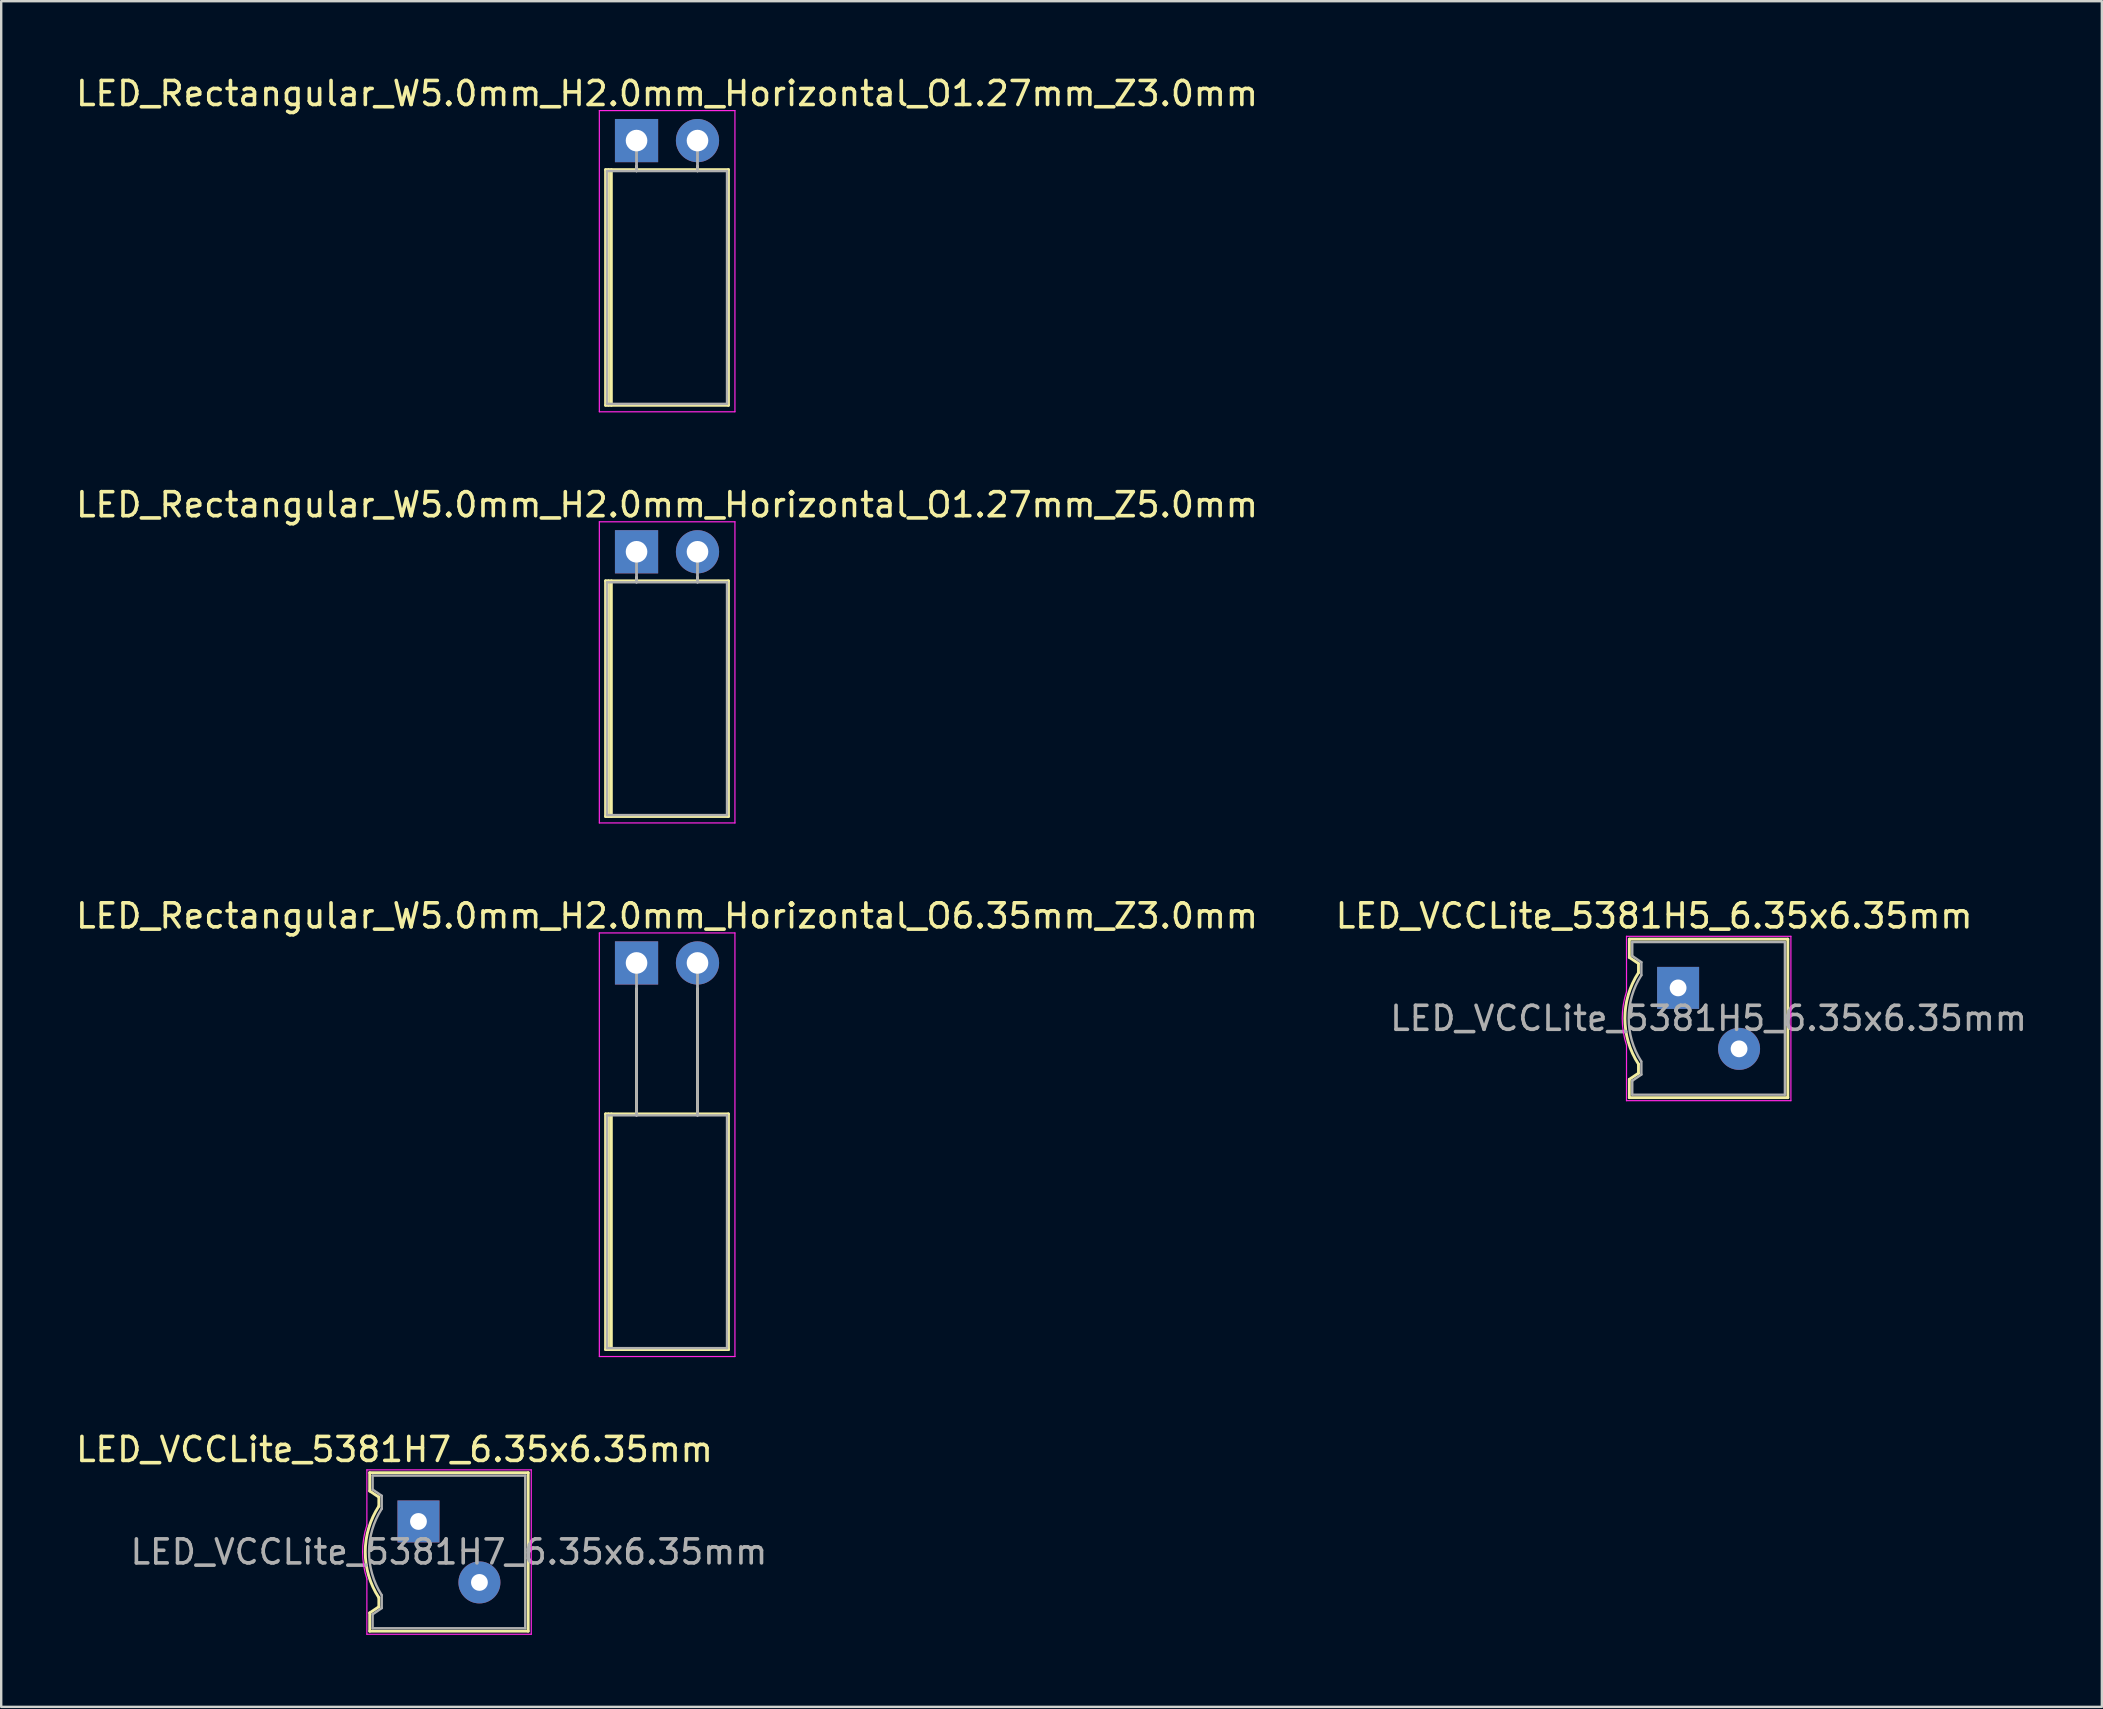
<source format=kicad_pcb>
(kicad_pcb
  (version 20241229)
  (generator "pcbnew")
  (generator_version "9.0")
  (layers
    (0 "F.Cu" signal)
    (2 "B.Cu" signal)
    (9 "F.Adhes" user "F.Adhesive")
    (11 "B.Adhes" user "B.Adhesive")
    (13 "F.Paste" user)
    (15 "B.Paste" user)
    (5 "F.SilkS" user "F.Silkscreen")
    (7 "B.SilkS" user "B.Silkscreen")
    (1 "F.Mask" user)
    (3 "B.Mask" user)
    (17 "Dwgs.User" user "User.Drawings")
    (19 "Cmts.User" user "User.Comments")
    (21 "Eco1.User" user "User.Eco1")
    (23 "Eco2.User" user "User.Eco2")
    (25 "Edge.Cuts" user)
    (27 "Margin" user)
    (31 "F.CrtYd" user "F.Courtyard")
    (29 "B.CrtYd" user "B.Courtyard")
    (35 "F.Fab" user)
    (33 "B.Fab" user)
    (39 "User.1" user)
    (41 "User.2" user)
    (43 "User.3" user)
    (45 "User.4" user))
  (footprint "LED_Rectangular_W5.0mm_H2.0mm_Horizontal_O1.27mm_Z3.0mm"
    (layer "F.Cu")
    (at 23.474 2.808)
    (property "Reference" "LED_Rectangular_W5.0mm_H2.0mm_Horizontal_O1.27mm_Z3.0mm" (at 1.27 -1.96 0) (layer "F.SilkS") (effects (font (size 1 1) (thickness 0.15))))
    (attr through_hole)
    (fp_line (start -1.29 1.21) (end -1.29 11.03) (stroke (width 0.12) (type solid)) (layer "F.SilkS"))
    (fp_line (start -1.29 11.03) (end 3.83 11.03) (stroke (width 0.12) (type solid)) (layer "F.SilkS"))
    (fp_line (start -1.17 1.21) (end -1.17 11.03) (stroke (width 0.12) (type solid)) (layer "F.SilkS"))
    (fp_line (start -1.05 1.21) (end -1.05 11.03) (stroke (width 0.12) (type solid)) (layer "F.SilkS"))
    (fp_line (start 0 1.08) (end 0 1.08) (stroke (width 0.12) (type solid)) (layer "F.SilkS"))
    (fp_line (start 0 1.08) (end 0 1.21) (stroke (width 0.12) (type solid)) (layer "F.SilkS"))
    (fp_line (start 0 1.21) (end 0 1.08) (stroke (width 0.12) (type solid)) (layer "F.SilkS"))
    (fp_line (start 0 1.21) (end 0 1.21) (stroke (width 0.12) (type solid)) (layer "F.SilkS"))
    (fp_line (start 2.54 1.08) (end 2.54 1.08) (stroke (width 0.12) (type solid)) (layer "F.SilkS"))
    (fp_line (start 2.54 1.08) (end 2.54 1.21) (stroke (width 0.12) (type solid)) (layer "F.SilkS"))
    (fp_line (start 2.54 1.21) (end 2.54 1.08) (stroke (width 0.12) (type solid)) (layer "F.SilkS"))
    (fp_line (start 2.54 1.21) (end 2.54 1.21) (stroke (width 0.12) (type solid)) (layer "F.SilkS"))
    (fp_line (start 3.83 1.21) (end -1.29 1.21) (stroke (width 0.12) (type solid)) (layer "F.SilkS"))
    (fp_line (start 3.83 11.03) (end 3.83 1.21) (stroke (width 0.12) (type solid)) (layer "F.SilkS"))
    (fp_line (start -1.55 -1.25) (end -1.55 11.3) (stroke (width 0.05) (type solid)) (layer "F.CrtYd"))
    (fp_line (start -1.55 11.3) (end 4.1 11.3) (stroke (width 0.05) (type solid)) (layer "F.CrtYd"))
    (fp_line (start 4.1 -1.25) (end -1.55 -1.25) (stroke (width 0.05) (type solid)) (layer "F.CrtYd"))
    (fp_line (start 4.1 11.3) (end 4.1 -1.25) (stroke (width 0.05) (type solid)) (layer "F.CrtYd"))
    (fp_line (start -1.23 1.27) (end -1.23 10.97) (stroke (width 0.1) (type solid)) (layer "F.Fab"))
    (fp_line (start -1.23 10.97) (end 3.77 10.97) (stroke (width 0.1) (type solid)) (layer "F.Fab"))
    (fp_line (start 0 0) (end 0 0) (stroke (width 0.1) (type solid)) (layer "F.Fab"))
    (fp_line (start 0 0) (end 0 1.27) (stroke (width 0.1) (type solid)) (layer "F.Fab"))
    (fp_line (start 0 1.27) (end 0 0) (stroke (width 0.1) (type solid)) (layer "F.Fab"))
    (fp_line (start 0 1.27) (end 0 1.27) (stroke (width 0.1) (type solid)) (layer "F.Fab"))
    (fp_line (start 2.54 0) (end 2.54 0) (stroke (width 0.1) (type solid)) (layer "F.Fab"))
    (fp_line (start 2.54 0) (end 2.54 1.27) (stroke (width 0.1) (type solid)) (layer "F.Fab"))
    (fp_line (start 2.54 1.27) (end 2.54 0) (stroke (width 0.1) (type solid)) (layer "F.Fab"))
    (fp_line (start 2.54 1.27) (end 2.54 1.27) (stroke (width 0.1) (type solid)) (layer "F.Fab"))
    (fp_line (start 3.77 1.27) (end -1.23 1.27) (stroke (width 0.1) (type solid)) (layer "F.Fab"))
    (fp_line (start 3.77 10.97) (end 3.77 1.27) (stroke (width 0.1) (type solid)) (layer "F.Fab"))
    (pad "1" thru_hole rect (at 0 0) (size 1.8 1.8) (drill 0.9) (layers "*.Cu" "*.Mask"))
    (pad "2" thru_hole circle (at 2.54 0) (size 1.8 1.8) (drill 0.9) (layers "*.Cu" "*.Mask")))
  (footprint "LED_Rectangular_W5.0mm_H2.0mm_Horizontal_O6.35mm_Z3.0mm"
    (layer "F.Cu")
    (at 23.474 37.075)
    (property "Reference" "LED_Rectangular_W5.0mm_H2.0mm_Horizontal_O6.35mm_Z3.0mm" (at 1.27 -1.96 0) (layer "F.SilkS") (effects (font (size 1 1) (thickness 0.15))))
    (attr through_hole)
    (fp_line (start -1.29 6.29) (end -1.29 16.11) (stroke (width 0.12) (type solid)) (layer "F.SilkS"))
    (fp_line (start -1.29 16.11) (end 3.83 16.11) (stroke (width 0.12) (type solid)) (layer "F.SilkS"))
    (fp_line (start -1.17 6.29) (end -1.17 16.11) (stroke (width 0.12) (type solid)) (layer "F.SilkS"))
    (fp_line (start -1.05 6.29) (end -1.05 16.11) (stroke (width 0.12) (type solid)) (layer "F.SilkS"))
    (fp_line (start 0 1.08) (end 0 1.08) (stroke (width 0.12) (type solid)) (layer "F.SilkS"))
    (fp_line (start 0 1.08) (end 0 6.29) (stroke (width 0.12) (type solid)) (layer "F.SilkS"))
    (fp_line (start 0 6.29) (end 0 1.08) (stroke (width 0.12) (type solid)) (layer "F.SilkS"))
    (fp_line (start 0 6.29) (end 0 6.29) (stroke (width 0.12) (type solid)) (layer "F.SilkS"))
    (fp_line (start 2.54 1.08) (end 2.54 1.08) (stroke (width 0.12) (type solid)) (layer "F.SilkS"))
    (fp_line (start 2.54 1.08) (end 2.54 6.29) (stroke (width 0.12) (type solid)) (layer "F.SilkS"))
    (fp_line (start 2.54 6.29) (end 2.54 1.08) (stroke (width 0.12) (type solid)) (layer "F.SilkS"))
    (fp_line (start 2.54 6.29) (end 2.54 6.29) (stroke (width 0.12) (type solid)) (layer "F.SilkS"))
    (fp_line (start 3.83 6.29) (end -1.29 6.29) (stroke (width 0.12) (type solid)) (layer "F.SilkS"))
    (fp_line (start 3.83 16.11) (end 3.83 6.29) (stroke (width 0.12) (type solid)) (layer "F.SilkS"))
    (fp_line (start -1.55 -1.25) (end -1.55 16.4) (stroke (width 0.05) (type solid)) (layer "F.CrtYd"))
    (fp_line (start -1.55 16.4) (end 4.1 16.4) (stroke (width 0.05) (type solid)) (layer "F.CrtYd"))
    (fp_line (start 4.1 -1.25) (end -1.55 -1.25) (stroke (width 0.05) (type solid)) (layer "F.CrtYd"))
    (fp_line (start 4.1 16.4) (end 4.1 -1.25) (stroke (width 0.05) (type solid)) (layer "F.CrtYd"))
    (fp_line (start -1.23 6.35) (end -1.23 16.05) (stroke (width 0.1) (type solid)) (layer "F.Fab"))
    (fp_line (start -1.23 16.05) (end 3.77 16.05) (stroke (width 0.1) (type solid)) (layer "F.Fab"))
    (fp_line (start 0 0) (end 0 0) (stroke (width 0.1) (type solid)) (layer "F.Fab"))
    (fp_line (start 0 0) (end 0 6.35) (stroke (width 0.1) (type solid)) (layer "F.Fab"))
    (fp_line (start 0 6.35) (end 0 0) (stroke (width 0.1) (type solid)) (layer "F.Fab"))
    (fp_line (start 0 6.35) (end 0 6.35) (stroke (width 0.1) (type solid)) (layer "F.Fab"))
    (fp_line (start 2.54 0) (end 2.54 0) (stroke (width 0.1) (type solid)) (layer "F.Fab"))
    (fp_line (start 2.54 0) (end 2.54 6.35) (stroke (width 0.1) (type solid)) (layer "F.Fab"))
    (fp_line (start 2.54 6.35) (end 2.54 0) (stroke (width 0.1) (type solid)) (layer "F.Fab"))
    (fp_line (start 2.54 6.35) (end 2.54 6.35) (stroke (width 0.1) (type solid)) (layer "F.Fab"))
    (fp_line (start 3.77 6.35) (end -1.23 6.35) (stroke (width 0.1) (type solid)) (layer "F.Fab"))
    (fp_line (start 3.77 16.05) (end 3.77 6.35) (stroke (width 0.1) (type solid)) (layer "F.Fab"))
    (pad "1" thru_hole rect (at 0 0) (size 1.8 1.8) (drill 0.9) (layers "*.Cu" "*.Mask"))
    (pad "2" thru_hole circle (at 2.54 0) (size 1.8 1.8) (drill 0.9) (layers "*.Cu" "*.Mask")))
  (footprint "LED_VCCLite_5381H7_6.35x6.35mm"
    (layer "F.Cu")
    (at 14.387 60.348)
    (property "Reference" "LED_VCCLite_5381H7_6.35x6.35mm" (at -1 -3 0) (layer "F.SilkS") (effects (font (size 1 1) (thickness 0.15))))
    (attr through_hole)
    (fp_line (start -2.032 -2.032) (end -2.032 -1.27) (stroke (width 0.12) (type solid)) (layer "F.SilkS"))
    (fp_line (start -2.032 -1.27) (end -1.651 -1.016) (stroke (width 0.12) (type solid)) (layer "F.SilkS"))
    (fp_line (start -2.032 4.572) (end -2.032 3.81) (stroke (width 0.12) (type solid)) (layer "F.SilkS"))
    (fp_line (start -1.651 -1.016) (end -1.651 -0.635) (stroke (width 0.12) (type solid)) (layer "F.SilkS"))
    (fp_line (start -1.651 3.556) (end -2.032 3.81) (stroke (width 0.12) (type solid)) (layer "F.SilkS"))
    (fp_line (start -1.651 3.556) (end -1.651 3.175) (stroke (width 0.12) (type solid)) (layer "F.SilkS"))
    (fp_line (start 4.572 -2.032) (end -2.032 -2.032) (stroke (width 0.12) (type solid)) (layer "F.SilkS"))
    (fp_line (start 4.572 4.572) (end -2.032 4.572) (stroke (width 0.12) (type solid)) (layer "F.SilkS"))
    (fp_line (start 4.572 4.572) (end 4.572 -2.032) (stroke (width 0.12) (type solid)) (layer "F.SilkS"))
    (fp_arc (start -1.651753 3.173843) (mid -2.2173 1.26931) (end -1.650999 -0.634999) (stroke (width 0.12) (type solid)) (layer "F.SilkS"))
    (fp_line (start -2.15 -2.15) (end -2.15 0.15) (stroke (width 0.05) (type solid)) (layer "F.CrtYd"))
    (fp_line (start -2.15 -2.15) (end 4.7 -2.15) (stroke (width 0.05) (type solid)) (layer "F.CrtYd"))
    (fp_line (start -2.15 4.7) (end -2.15 2.4) (stroke (width 0.05) (type solid)) (layer "F.CrtYd"))
    (fp_line (start 4.7 -2.15) (end 4.7 4.7) (stroke (width 0.05) (type solid)) (layer "F.CrtYd"))
    (fp_line (start 4.7 4.7) (end -2.15 4.7) (stroke (width 0.05) (type solid)) (layer "F.CrtYd"))
    (fp_arc (start -2.147033 2.39902) (mid -2.328719 1.274748) (end -2.15 0.15) (stroke (width 0.05) (type solid)) (layer "F.CrtYd"))
    (fp_line (start -1.91 -1.91) (end -1.91 -1.33) (stroke (width 0.1) (type solid)) (layer "F.Fab"))
    (fp_line (start -1.91 -1.91) (end 4.45 -1.91) (stroke (width 0.1) (type solid)) (layer "F.Fab"))
    (fp_line (start -1.91 -1.33) (end -1.53 -1.07) (stroke (width 0.1) (type solid)) (layer "F.Fab"))
    (fp_line (start -1.91 3.87) (end -1.53 3.61) (stroke (width 0.1) (type solid)) (layer "F.Fab"))
    (fp_line (start -1.91 4.45) (end -1.91 3.87) (stroke (width 0.1) (type solid)) (layer "F.Fab"))
    (fp_line (start -1.53 -1.07) (end -1.53 -0.53) (stroke (width 0.1) (type solid)) (layer "F.Fab"))
    (fp_line (start -1.53 3.61) (end -1.53 3.07) (stroke (width 0.1) (type solid)) (layer "F.Fab"))
    (fp_line (start 4.45 -1.91) (end 4.45 4.45) (stroke (width 0.1) (type solid)) (layer "F.Fab"))
    (fp_line (start 4.45 4.45) (end -1.91 4.45) (stroke (width 0.1) (type solid)) (layer "F.Fab"))
    (fp_arc (start -1.538265 3.057078) (mid -2.058655 1.26233) (end -1.53 -0.53) (stroke (width 0.1) (type solid)) (layer "F.Fab"))
    (fp_text user "${REFERENCE}" (at 1.27 1.27 0) (layer "F.Fab") (effects (font (size 1 1) (thickness 0.15))))
    (pad "1" thru_hole rect (at 0 0 270) (size 1.75 1.75) (drill 0.7) (layers "*.Cu" "*.Mask"))
    (pad "2" thru_hole circle (at 2.54 2.54 270) (size 1.75 1.75) (drill 0.7) (layers "*.Cu" "*.Mask")))
  (footprint "LED_Rectangular_W5.0mm_H2.0mm_Horizontal_O1.27mm_Z5.0mm"
    (layer "F.Cu")
    (at 23.474 19.942)
    (property "Reference" "LED_Rectangular_W5.0mm_H2.0mm_Horizontal_O1.27mm_Z5.0mm" (at 1.27 -1.96 0) (layer "F.SilkS") (effects (font (size 1 1) (thickness 0.15))))
    (attr through_hole)
    (fp_line (start -1.29 1.21) (end -1.29 11.03) (stroke (width 0.12) (type solid)) (layer "F.SilkS"))
    (fp_line (start -1.29 11.03) (end 3.83 11.03) (stroke (width 0.12) (type solid)) (layer "F.SilkS"))
    (fp_line (start -1.17 1.21) (end -1.17 11.03) (stroke (width 0.12) (type solid)) (layer "F.SilkS"))
    (fp_line (start -1.05 1.21) (end -1.05 11.03) (stroke (width 0.12) (type solid)) (layer "F.SilkS"))
    (fp_line (start 0 1.08) (end 0 1.08) (stroke (width 0.12) (type solid)) (layer "F.SilkS"))
    (fp_line (start 0 1.08) (end 0 1.21) (stroke (width 0.12) (type solid)) (layer "F.SilkS"))
    (fp_line (start 0 1.21) (end 0 1.08) (stroke (width 0.12) (type solid)) (layer "F.SilkS"))
    (fp_line (start 0 1.21) (end 0 1.21) (stroke (width 0.12) (type solid)) (layer "F.SilkS"))
    (fp_line (start 2.54 1.08) (end 2.54 1.08) (stroke (width 0.12) (type solid)) (layer "F.SilkS"))
    (fp_line (start 2.54 1.08) (end 2.54 1.21) (stroke (width 0.12) (type solid)) (layer "F.SilkS"))
    (fp_line (start 2.54 1.21) (end 2.54 1.08) (stroke (width 0.12) (type solid)) (layer "F.SilkS"))
    (fp_line (start 2.54 1.21) (end 2.54 1.21) (stroke (width 0.12) (type solid)) (layer "F.SilkS"))
    (fp_line (start 3.83 1.21) (end -1.29 1.21) (stroke (width 0.12) (type solid)) (layer "F.SilkS"))
    (fp_line (start 3.83 11.03) (end 3.83 1.21) (stroke (width 0.12) (type solid)) (layer "F.SilkS"))
    (fp_line (start -1.55 -1.25) (end -1.55 11.3) (stroke (width 0.05) (type solid)) (layer "F.CrtYd"))
    (fp_line (start -1.55 11.3) (end 4.1 11.3) (stroke (width 0.05) (type solid)) (layer "F.CrtYd"))
    (fp_line (start 4.1 -1.25) (end -1.55 -1.25) (stroke (width 0.05) (type solid)) (layer "F.CrtYd"))
    (fp_line (start 4.1 11.3) (end 4.1 -1.25) (stroke (width 0.05) (type solid)) (layer "F.CrtYd"))
    (fp_line (start -1.23 1.27) (end -1.23 10.97) (stroke (width 0.1) (type solid)) (layer "F.Fab"))
    (fp_line (start -1.23 10.97) (end 3.77 10.97) (stroke (width 0.1) (type solid)) (layer "F.Fab"))
    (fp_line (start 0 0) (end 0 0) (stroke (width 0.1) (type solid)) (layer "F.Fab"))
    (fp_line (start 0 0) (end 0 1.27) (stroke (width 0.1) (type solid)) (layer "F.Fab"))
    (fp_line (start 0 1.27) (end 0 0) (stroke (width 0.1) (type solid)) (layer "F.Fab"))
    (fp_line (start 0 1.27) (end 0 1.27) (stroke (width 0.1) (type solid)) (layer "F.Fab"))
    (fp_line (start 2.54 0) (end 2.54 0) (stroke (width 0.1) (type solid)) (layer "F.Fab"))
    (fp_line (start 2.54 0) (end 2.54 1.27) (stroke (width 0.1) (type solid)) (layer "F.Fab"))
    (fp_line (start 2.54 1.27) (end 2.54 0) (stroke (width 0.1) (type solid)) (layer "F.Fab"))
    (fp_line (start 2.54 1.27) (end 2.54 1.27) (stroke (width 0.1) (type solid)) (layer "F.Fab"))
    (fp_line (start 3.77 1.27) (end -1.23 1.27) (stroke (width 0.1) (type solid)) (layer "F.Fab"))
    (fp_line (start 3.77 10.97) (end 3.77 1.27) (stroke (width 0.1) (type solid)) (layer "F.Fab"))
    (pad "1" thru_hole rect (at 0 0) (size 1.8 1.8) (drill 0.9) (layers "*.Cu" "*.Mask"))
    (pad "2" thru_hole circle (at 2.54 0) (size 1.8 1.8) (drill 0.9) (layers "*.Cu" "*.Mask")))
  (footprint "LED_VCCLite_5381H5_6.35x6.35mm"
    (layer "F.Cu")
    (at 66.875 38.115)
    (property "Reference" "LED_VCCLite_5381H5_6.35x6.35mm" (at -1 -3 0) (layer "F.SilkS") (effects (font (size 1 1) (thickness 0.15))))
    (attr through_hole)
    (fp_line (start -2.032 -2.032) (end -2.032 -1.27) (stroke (width 0.12) (type solid)) (layer "F.SilkS"))
    (fp_line (start -2.032 -1.27) (end -1.651 -1.016) (stroke (width 0.12) (type solid)) (layer "F.SilkS"))
    (fp_line (start -2.032 4.572) (end -2.032 3.81) (stroke (width 0.12) (type solid)) (layer "F.SilkS"))
    (fp_line (start -1.651 -1.016) (end -1.651 -0.635) (stroke (width 0.12) (type solid)) (layer "F.SilkS"))
    (fp_line (start -1.651 3.556) (end -2.032 3.81) (stroke (width 0.12) (type solid)) (layer "F.SilkS"))
    (fp_line (start -1.651 3.556) (end -1.651 3.175) (stroke (width 0.12) (type solid)) (layer "F.SilkS"))
    (fp_line (start 4.572 -2.032) (end -2.032 -2.032) (stroke (width 0.12) (type solid)) (layer "F.SilkS"))
    (fp_line (start 4.572 4.572) (end -2.032 4.572) (stroke (width 0.12) (type solid)) (layer "F.SilkS"))
    (fp_line (start 4.572 4.572) (end 4.572 -2.032) (stroke (width 0.12) (type solid)) (layer "F.SilkS"))
    (fp_arc (start -1.651753 3.173843) (mid -2.2173 1.26931) (end -1.650999 -0.634999) (stroke (width 0.12) (type solid)) (layer "F.SilkS"))
    (fp_line (start -2.15 -2.15) (end -2.15 0.15) (stroke (width 0.05) (type solid)) (layer "F.CrtYd"))
    (fp_line (start -2.15 -2.15) (end 4.7 -2.15) (stroke (width 0.05) (type solid)) (layer "F.CrtYd"))
    (fp_line (start -2.15 4.7) (end -2.15 2.4) (stroke (width 0.05) (type solid)) (layer "F.CrtYd"))
    (fp_line (start 4.7 -2.15) (end 4.7 4.7) (stroke (width 0.05) (type solid)) (layer "F.CrtYd"))
    (fp_line (start 4.7 4.7) (end -2.15 4.7) (stroke (width 0.05) (type solid)) (layer "F.CrtYd"))
    (fp_arc (start -2.147033 2.39902) (mid -2.328719 1.274748) (end -2.15 0.15) (stroke (width 0.05) (type solid)) (layer "F.CrtYd"))
    (fp_line (start -1.91 -1.91) (end -1.91 -1.33) (stroke (width 0.1) (type solid)) (layer "F.Fab"))
    (fp_line (start -1.91 -1.91) (end 4.45 -1.91) (stroke (width 0.1) (type solid)) (layer "F.Fab"))
    (fp_line (start -1.91 -1.33) (end -1.53 -1.07) (stroke (width 0.1) (type solid)) (layer "F.Fab"))
    (fp_line (start -1.91 3.87) (end -1.53 3.61) (stroke (width 0.1) (type solid)) (layer "F.Fab"))
    (fp_line (start -1.91 4.45) (end -1.91 3.87) (stroke (width 0.1) (type solid)) (layer "F.Fab"))
    (fp_line (start -1.53 -1.07) (end -1.53 -0.53) (stroke (width 0.1) (type solid)) (layer "F.Fab"))
    (fp_line (start -1.53 3.61) (end -1.53 3.07) (stroke (width 0.1) (type solid)) (layer "F.Fab"))
    (fp_line (start 4.45 -1.91) (end 4.45 4.45) (stroke (width 0.1) (type solid)) (layer "F.Fab"))
    (fp_line (start 4.45 4.45) (end -1.91 4.45) (stroke (width 0.1) (type solid)) (layer "F.Fab"))
    (fp_arc (start -1.538265 3.057078) (mid -2.058655 1.26233) (end -1.53 -0.53) (stroke (width 0.1) (type solid)) (layer "F.Fab"))
    (fp_text user "${REFERENCE}" (at 1.27 1.27 0) (layer "F.Fab") (effects (font (size 1 1) (thickness 0.15))))
    (pad "1" thru_hole rect (at 0 0 270) (size 1.75 1.75) (drill 0.7) (layers "*.Cu" "*.Mask"))
    (pad "2" thru_hole circle (at 2.54 2.54 270) (size 1.75 1.75) (drill 0.7) (layers "*.Cu" "*.Mask")))
  (gr_rect
    (start -3 -3)
    (end 84.532 68.073)
    (stroke (width 0.1) (type default))
    (fill no)
    (layer "Edge.Cuts")))
</source>
